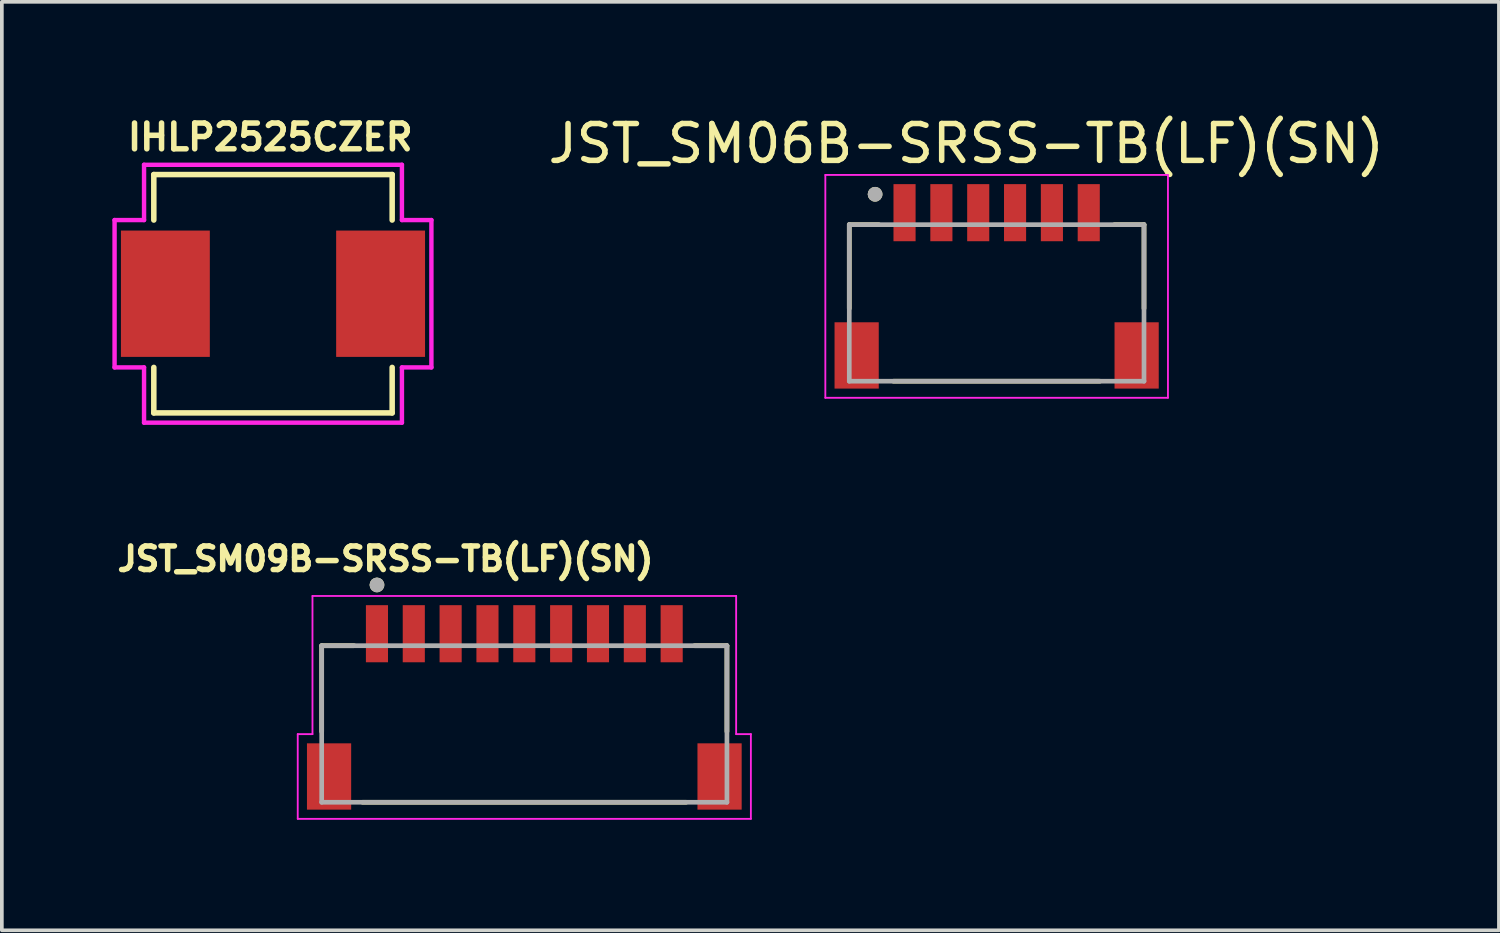
<source format=kicad_pcb>
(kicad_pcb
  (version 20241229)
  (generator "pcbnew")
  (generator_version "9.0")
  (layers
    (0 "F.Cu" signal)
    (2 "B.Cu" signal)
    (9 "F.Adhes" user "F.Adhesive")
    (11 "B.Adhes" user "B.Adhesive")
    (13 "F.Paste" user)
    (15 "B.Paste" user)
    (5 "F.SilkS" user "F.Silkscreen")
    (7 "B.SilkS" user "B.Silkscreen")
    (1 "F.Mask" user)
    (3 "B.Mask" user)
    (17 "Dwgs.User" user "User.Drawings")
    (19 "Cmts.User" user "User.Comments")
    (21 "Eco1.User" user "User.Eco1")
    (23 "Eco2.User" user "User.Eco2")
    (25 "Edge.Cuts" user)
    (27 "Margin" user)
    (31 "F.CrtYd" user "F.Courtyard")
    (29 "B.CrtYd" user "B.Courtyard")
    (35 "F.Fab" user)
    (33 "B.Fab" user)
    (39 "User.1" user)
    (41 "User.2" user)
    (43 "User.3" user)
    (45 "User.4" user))
  (footprint "JST_SM09B-SRSS-TB(LF)(SN)"
    (layer "F.Cu")
    (at 11.182 18.027)
    (property "Reference" "JST_SM09B-SRSS-TB(LF)(SN)" (at -3.768 -5.906 0) (layer "F.SilkS") (effects (font (size 0.64 0.64) (thickness 0.15))))
    (attr through_hole)
    (fp_line (start -5.5 -3.55) (end -5.5 -1.22) (stroke (width 0.127) (type solid)) (layer "F.SilkS"))
    (fp_line (start -4.62 -3.55) (end -5.5 -3.55) (stroke (width 0.127) (type solid)) (layer "F.SilkS"))
    (fp_line (start -4.39 0.7) (end 4.39 0.7) (stroke (width 0.127) (type solid)) (layer "F.SilkS"))
    (fp_line (start 4.62 -3.55) (end 5.5 -3.55) (stroke (width 0.127) (type solid)) (layer "F.SilkS"))
    (fp_line (start 5.5 -3.55) (end 5.5 -1.22) (stroke (width 0.127) (type solid)) (layer "F.SilkS"))
    (fp_circle (center -4 -5.2) (end -3.9 -5.2) (stroke (width 0.2) (type solid)) (fill no) (layer "F.SilkS"))
    (fp_line (start -6.15 -1.15) (end -5.75 -1.15) (stroke (width 0.05) (type solid)) (layer "F.CrtYd"))
    (fp_line (start -6.15 1.15) (end -6.15 -1.15) (stroke (width 0.05) (type solid)) (layer "F.CrtYd"))
    (fp_line (start -5.75 -4.9) (end 5.75 -4.9) (stroke (width 0.05) (type solid)) (layer "F.CrtYd"))
    (fp_line (start -5.75 -1.15) (end -5.75 -4.9) (stroke (width 0.05) (type solid)) (layer "F.CrtYd"))
    (fp_line (start 5.75 -4.9) (end 5.75 -1.15) (stroke (width 0.05) (type solid)) (layer "F.CrtYd"))
    (fp_line (start 5.75 -1.15) (end 6.15 -1.15) (stroke (width 0.05) (type solid)) (layer "F.CrtYd"))
    (fp_line (start 6.15 -1.15) (end 6.15 1.15) (stroke (width 0.05) (type solid)) (layer "F.CrtYd"))
    (fp_line (start 6.15 1.15) (end -6.15 1.15) (stroke (width 0.05) (type solid)) (layer "F.CrtYd"))
    (fp_line (start -5.5 -3.55) (end 5.5 -3.55) (stroke (width 0.127) (type solid)) (layer "F.Fab"))
    (fp_line (start -5.5 0.7) (end -5.5 -3.55) (stroke (width 0.127) (type solid)) (layer "F.Fab"))
    (fp_line (start 5.5 -3.55) (end 5.5 0.7) (stroke (width 0.127) (type solid)) (layer "F.Fab"))
    (fp_line (start 5.5 0.7) (end -5.5 0.7) (stroke (width 0.127) (type solid)) (layer "F.Fab"))
    (fp_circle (center -4 -5.2) (end -3.9 -5.2) (stroke (width 0.2) (type solid)) (fill no) (layer "F.Fab"))
    (pad "1" smd rect (at -4 -3.875 90) (size 1.55 0.6) (layers "F.Cu" "F.Mask" "F.Paste"))
    (pad "2" smd rect (at -3 -3.875 90) (size 1.55 0.6) (layers "F.Cu" "F.Mask" "F.Paste"))
    (pad "3" smd rect (at -2 -3.875 90) (size 1.55 0.6) (layers "F.Cu" "F.Mask" "F.Paste"))
    (pad "4" smd rect (at -1 -3.875 90) (size 1.55 0.6) (layers "F.Cu" "F.Mask" "F.Paste"))
    (pad "5" smd rect (at 0 -3.875 90) (size 1.55 0.6) (layers "F.Cu" "F.Mask" "F.Paste"))
    (pad "6" smd rect (at 1 -3.875 90) (size 1.55 0.6) (layers "F.Cu" "F.Mask" "F.Paste"))
    (pad "7" smd rect (at 2 -3.875 90) (size 1.55 0.6) (layers "F.Cu" "F.Mask" "F.Paste"))
    (pad "8" smd rect (at 3 -3.875 90) (size 1.55 0.6) (layers "F.Cu" "F.Mask" "F.Paste"))
    (pad "9" smd rect (at 4 -3.875 90) (size 1.55 0.6) (layers "F.Cu" "F.Mask" "F.Paste"))
    (pad "S1" smd rect (at -5.3 0 90) (size 1.8 1.2) (layers "F.Cu" "F.Mask" "F.Paste"))
    (pad "S2" smd rect (at 5.3 0 90) (size 1.8 1.2) (layers "F.Cu" "F.Mask" "F.Paste")))
  (footprint "IHLP2525CZER"
    (layer "F.Cu")
    (at 4.36 4.923)
    (property "Reference" "IHLP2525CZER" (at -0.075 -4.25 0) (layer "F.SilkS") (effects (font (size 0.7 0.7) (thickness 0.15))))
    (attr through_hole)
    (fp_line (start -3.235 -3.235) (end -3.235 -2) (stroke (width 0.15) (type solid)) (layer "F.SilkS"))
    (fp_line (start -3.235 -3.235) (end 3.235 -3.235) (stroke (width 0.15) (type solid)) (layer "F.SilkS"))
    (fp_line (start -3.235 3.235) (end -3.235 2) (stroke (width 0.15) (type solid)) (layer "F.SilkS"))
    (fp_line (start 3.235 -3.235) (end 3.235 -2) (stroke (width 0.15) (type solid)) (layer "F.SilkS"))
    (fp_line (start 3.235 3.235) (end -3.235 3.235) (stroke (width 0.15) (type solid)) (layer "F.SilkS"))
    (fp_line (start 3.235 3.235) (end 3.235 2) (stroke (width 0.15) (type solid)) (layer "F.SilkS"))
    (fp_line (start -4.3 -2) (end -4.3 2) (stroke (width 0.12) (type solid)) (layer "F.CrtYd"))
    (fp_line (start -4.3 -2) (end -3.5 -2) (stroke (width 0.12) (type solid)) (layer "F.CrtYd"))
    (fp_line (start -4.3 2) (end -3.5 2) (stroke (width 0.12) (type solid)) (layer "F.CrtYd"))
    (fp_line (start -3.5 -2) (end -3.5 -3.5) (stroke (width 0.12) (type solid)) (layer "F.CrtYd"))
    (fp_line (start -3.5 2) (end -3.5 3.5) (stroke (width 0.12) (type solid)) (layer "F.CrtYd"))
    (fp_line (start 3.5 -3.5) (end -3.5 -3.5) (stroke (width 0.12) (type solid)) (layer "F.CrtYd"))
    (fp_line (start 3.5 -2) (end 3.5 -3.5) (stroke (width 0.12) (type solid)) (layer "F.CrtYd"))
    (fp_line (start 3.5 2) (end 3.5 3.5) (stroke (width 0.12) (type solid)) (layer "F.CrtYd"))
    (fp_line (start 3.5 3.5) (end -3.5 3.5) (stroke (width 0.12) (type solid)) (layer "F.CrtYd"))
    (fp_line (start 4.3 -2) (end 3.5 -2) (stroke (width 0.12) (type solid)) (layer "F.CrtYd"))
    (fp_line (start 4.3 2) (end 3.5 2) (stroke (width 0.12) (type solid)) (layer "F.CrtYd"))
    (fp_line (start 4.3 2) (end 4.3 -2) (stroke (width 0.12) (type solid)) (layer "F.CrtYd"))
    (pad "1" smd rect (at -2.921 0 90) (size 3.429 2.413) (layers "F.Cu" "F.Mask" "F.Paste"))
    (pad "2" smd rect (at 2.921 0 90) (size 3.429 2.413) (layers "F.Cu" "F.Mask" "F.Paste")))
  (footprint "JST_SM06B-SRSS-TB(LF)(SN)"
    (layer "F.Cu")
    (at 24.003 2.723)
    (property "Reference" "JST_SM06B-SRSS-TB(LF)(SN)" (at -0.825 -1.875 0) (layer "F.SilkS") (effects (font (size 1 1) (thickness 0.15))))
    (attr through_hole)
    (fp_line (start -4 0.325) (end -4 2.6) (stroke (width 0.127) (type solid)) (layer "F.SilkS"))
    (fp_line (start -3.2 0.325) (end -4 0.325) (stroke (width 0.127) (type solid)) (layer "F.SilkS"))
    (fp_line (start -2.8 4.575) (end 2.8 4.575) (stroke (width 0.127) (type solid)) (layer "F.SilkS"))
    (fp_line (start 3.2 0.325) (end 4 0.325) (stroke (width 0.127) (type solid)) (layer "F.SilkS"))
    (fp_line (start 4 0.325) (end 4 2.6) (stroke (width 0.127) (type solid)) (layer "F.SilkS"))
    (fp_circle (center -3.3 -0.5) (end -3.2 -0.5) (stroke (width 0.2) (type solid)) (fill no) (layer "F.SilkS"))
    (fp_line (start -4.65 -1.025) (end 4.65 -1.025) (stroke (width 0.05) (type solid)) (layer "F.CrtYd"))
    (fp_line (start -4.65 5.025) (end -4.65 -1.025) (stroke (width 0.05) (type solid)) (layer "F.CrtYd"))
    (fp_line (start 4.65 -1.025) (end 4.65 5.025) (stroke (width 0.05) (type solid)) (layer "F.CrtYd"))
    (fp_line (start 4.65 5.025) (end -4.65 5.025) (stroke (width 0.05) (type solid)) (layer "F.CrtYd"))
    (fp_line (start -4 0.325) (end 4 0.325) (stroke (width 0.127) (type solid)) (layer "F.Fab"))
    (fp_line (start -4 4.575) (end -4 0.325) (stroke (width 0.127) (type solid)) (layer "F.Fab"))
    (fp_line (start 4 0.325) (end 4 4.575) (stroke (width 0.127) (type solid)) (layer "F.Fab"))
    (fp_line (start 4 4.575) (end -4 4.575) (stroke (width 0.127) (type solid)) (layer "F.Fab"))
    (fp_circle (center -3.3 -0.5) (end -3.2 -0.5) (stroke (width 0.2) (type solid)) (fill no) (layer "F.Fab"))
    (pad "1" smd rect (at -2.5 0 180) (size 0.6 1.55) (layers "F.Cu" "F.Mask" "F.Paste"))
    (pad "2" smd rect (at -1.5 0 180) (size 0.6 1.55) (layers "F.Cu" "F.Mask" "F.Paste"))
    (pad "3" smd rect (at -0.5 0 180) (size 0.6 1.55) (layers "F.Cu" "F.Mask" "F.Paste"))
    (pad "4" smd rect (at 0.5 0 180) (size 0.6 1.55) (layers "F.Cu" "F.Mask" "F.Paste"))
    (pad "5" smd rect (at 1.5 0 180) (size 0.6 1.55) (layers "F.Cu" "F.Mask" "F.Paste"))
    (pad "6" smd rect (at 2.5 0 180) (size 0.6 1.55) (layers "F.Cu" "F.Mask" "F.Paste"))
    (pad "S1" smd rect (at -3.8 3.875) (size 1.2 1.8) (layers "F.Cu" "F.Mask" "F.Paste"))
    (pad "S2" smd rect (at 3.8 3.875) (size 1.2 1.8) (layers "F.Cu" "F.Mask" "F.Paste")))
  (gr_rect
    (start -3 -3)
    (end 37.637 22.202)
    (stroke (width 0.1) (type default))
    (fill no)
    (layer "Edge.Cuts")))
</source>
